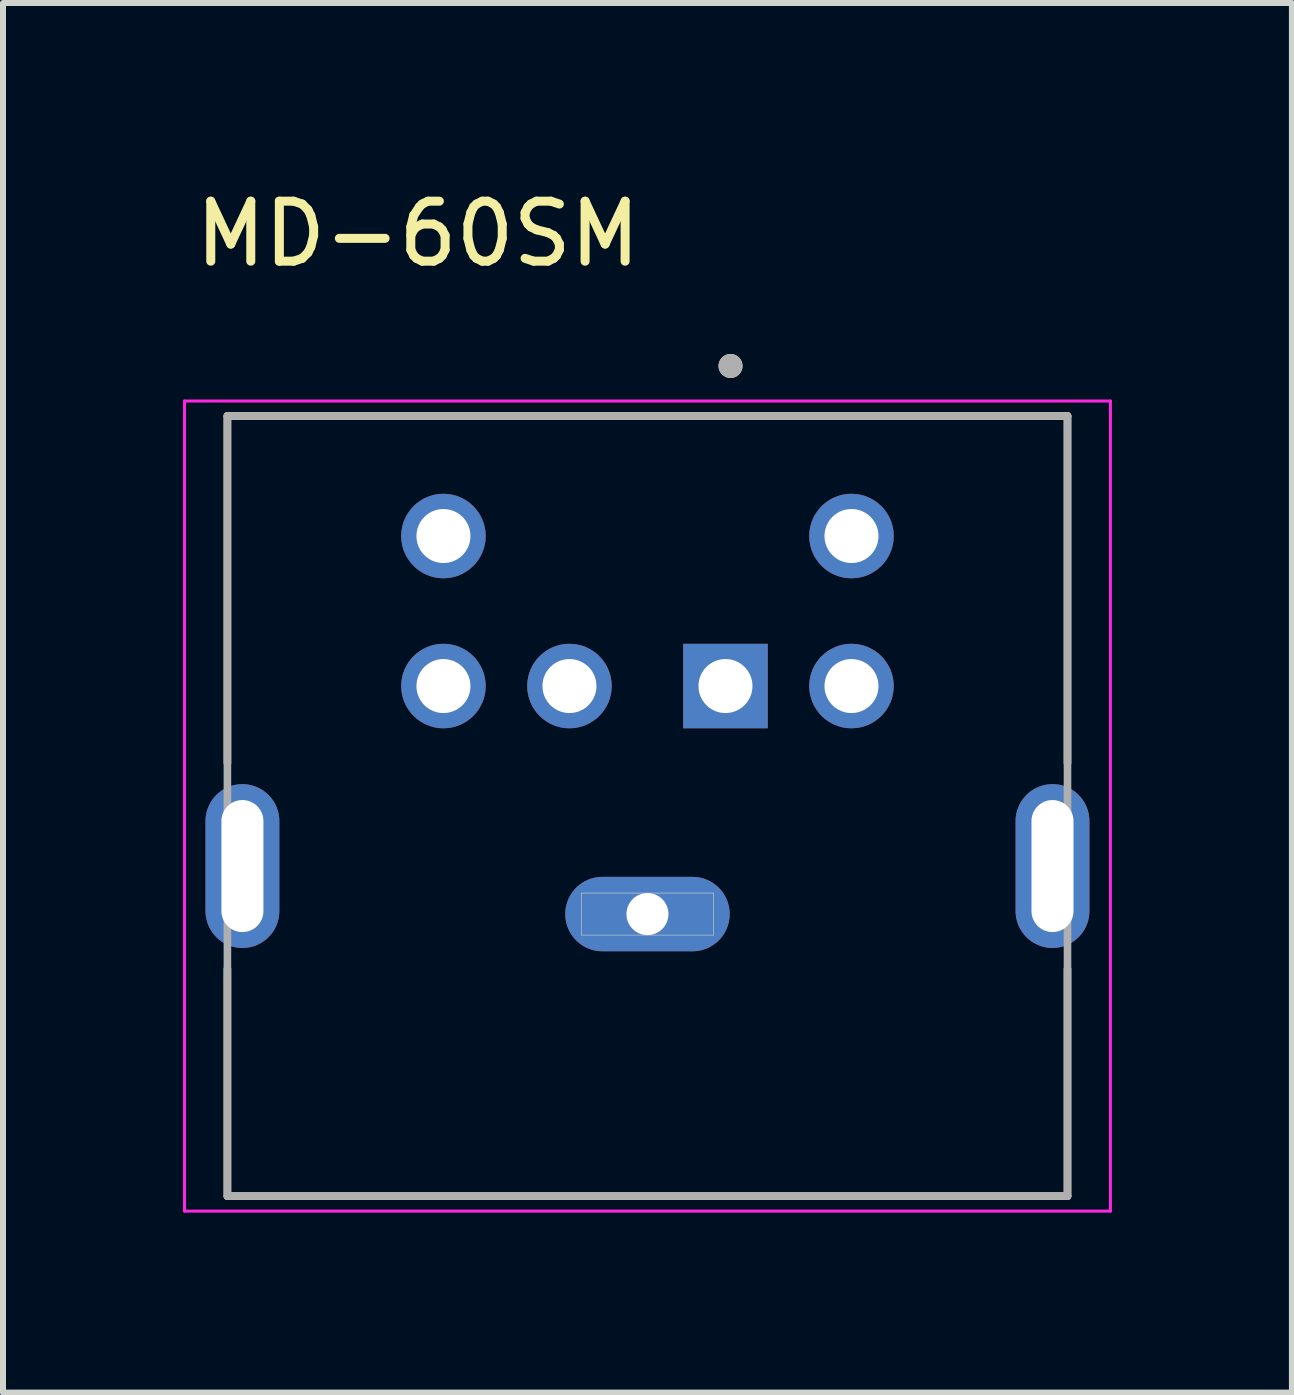
<source format=kicad_pcb>
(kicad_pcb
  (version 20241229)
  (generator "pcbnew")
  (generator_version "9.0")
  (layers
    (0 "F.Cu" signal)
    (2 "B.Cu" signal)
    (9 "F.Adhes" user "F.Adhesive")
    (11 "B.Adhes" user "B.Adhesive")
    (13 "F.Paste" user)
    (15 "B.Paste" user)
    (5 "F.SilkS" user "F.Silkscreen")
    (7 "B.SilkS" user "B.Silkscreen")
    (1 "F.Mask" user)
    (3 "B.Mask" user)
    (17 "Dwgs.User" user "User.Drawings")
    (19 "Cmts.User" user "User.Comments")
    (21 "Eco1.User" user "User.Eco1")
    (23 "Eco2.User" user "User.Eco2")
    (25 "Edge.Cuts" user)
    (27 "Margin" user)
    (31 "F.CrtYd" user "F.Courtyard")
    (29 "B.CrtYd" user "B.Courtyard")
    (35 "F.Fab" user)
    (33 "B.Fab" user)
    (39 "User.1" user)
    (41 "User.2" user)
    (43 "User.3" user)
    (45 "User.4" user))
  (footprint "MD-60SM"
    (layer "F.Cu")
    (at 7.74 12.183)
    (property "Reference" "MD-60SM" (at -3.825 -11.335 0) (layer "F.SilkS") (effects (font (size 1 1) (thickness 0.15))))
    (attr through_hole)
    (fp_poly (pts (xy 0 0.715) (xy -0.75 0.715) (xy -0.787 0.714) (xy -0.825 0.711) (xy -0.862 0.706) (xy -0.899 0.699) (xy -0.935 0.691) (xy -0.971 0.68) (xy -1.006 0.668) (xy -1.041 0.653) (xy -1.075 0.637) (xy -1.107 0.619) (xy -1.139 0.6) (xy -1.17 0.578) (xy -1.2 0.556) (xy -1.228 0.531) (xy -1.256 0.506) (xy -1.281 0.478) (xy -1.306 0.45) (xy -1.328 0.42) (xy -1.35 0.389) (xy -1.369 0.357) (xy -1.387 0.325) (xy -1.403 0.291) (xy -1.418 0.256) (xy -1.43 0.221) (xy -1.441 0.185) (xy -1.449 0.149) (xy -1.456 0.112) (xy -1.461 0.075) (xy -1.464 0.037) (xy -1.465 0) (xy -1.464 -0.037) (xy -1.461 -0.075) (xy -1.456 -0.112) (xy -1.449 -0.149) (xy -1.441 -0.185) (xy -1.43 -0.221) (xy -1.418 -0.256) (xy -1.403 -0.291) (xy -1.387 -0.325) (xy -1.369 -0.357) (xy -1.35 -0.389) (xy -1.328 -0.42) (xy -1.306 -0.45) (xy -1.281 -0.478) (xy -1.256 -0.506) (xy -1.228 -0.531) (xy -1.2 -0.556) (xy -1.17 -0.578) (xy -1.139 -0.6) (xy -1.107 -0.619) (xy -1.075 -0.637) (xy -1.041 -0.653) (xy -1.006 -0.668) (xy -0.971 -0.68) (xy -0.935 -0.691) (xy -0.899 -0.699) (xy -0.862 -0.706) (xy -0.825 -0.711) (xy -0.787 -0.714) (xy -0.75 -0.715) (xy 0 -0.715) (xy 0.75 -0.715) (xy 0.787 -0.714) (xy 0.825 -0.711) (xy 0.862 -0.706) (xy 0.899 -0.699) (xy 0.935 -0.691) (xy 0.971 -0.68) (xy 1.006 -0.668) (xy 1.041 -0.653) (xy 1.075 -0.637) (xy 1.107 -0.619) (xy 1.139 -0.6) (xy 1.17 -0.578) (xy 1.2 -0.556) (xy 1.228 -0.531) (xy 1.256 -0.506) (xy 1.281 -0.478) (xy 1.306 -0.45) (xy 1.328 -0.42) (xy 1.35 -0.389) (xy 1.369 -0.357) (xy 1.387 -0.325) (xy 1.403 -0.291) (xy 1.418 -0.256) (xy 1.43 -0.221) (xy 1.441 -0.185) (xy 1.449 -0.149) (xy 1.456 -0.112) (xy 1.461 -0.075) (xy 1.464 -0.037) (xy 1.465 0) (xy 1.464 0.037) (xy 1.461 0.075) (xy 1.456 0.112) (xy 1.449 0.149) (xy 1.441 0.185) (xy 1.43 0.221) (xy 1.418 0.256) (xy 1.403 0.291) (xy 1.387 0.325) (xy 1.369 0.357) (xy 1.35 0.389) (xy 1.328 0.42) (xy 1.306 0.45) (xy 1.281 0.478) (xy 1.256 0.506) (xy 1.228 0.531) (xy 1.2 0.556) (xy 1.17 0.578) (xy 1.139 0.6) (xy 1.107 0.619) (xy 1.075 0.637) (xy 1.041 0.653) (xy 1.006 0.668) (xy 0.971 0.68) (xy 0.935 0.691) (xy 0.899 0.699) (xy 0.862 0.706) (xy 0.825 0.711) (xy 0.787 0.714) (xy 0.75 0.715) (xy 0 0.715)) (stroke (width 0.01) (type solid)) (fill yes) (layer "F.Mask"))
    (fp_poly (pts (xy 0 0.715) (xy -0.75 0.715) (xy -0.787 0.714) (xy -0.825 0.711) (xy -0.862 0.706) (xy -0.899 0.699) (xy -0.935 0.691) (xy -0.971 0.68) (xy -1.006 0.668) (xy -1.041 0.653) (xy -1.075 0.637) (xy -1.107 0.619) (xy -1.139 0.6) (xy -1.17 0.578) (xy -1.2 0.556) (xy -1.228 0.531) (xy -1.256 0.506) (xy -1.281 0.478) (xy -1.306 0.45) (xy -1.328 0.42) (xy -1.35 0.389) (xy -1.369 0.357) (xy -1.387 0.325) (xy -1.403 0.291) (xy -1.418 0.256) (xy -1.43 0.221) (xy -1.441 0.185) (xy -1.449 0.149) (xy -1.456 0.112) (xy -1.461 0.075) (xy -1.464 0.037) (xy -1.465 0) (xy -1.464 -0.037) (xy -1.461 -0.075) (xy -1.456 -0.112) (xy -1.449 -0.149) (xy -1.441 -0.185) (xy -1.43 -0.221) (xy -1.418 -0.256) (xy -1.403 -0.291) (xy -1.387 -0.325) (xy -1.369 -0.357) (xy -1.35 -0.389) (xy -1.328 -0.42) (xy -1.306 -0.45) (xy -1.281 -0.478) (xy -1.256 -0.506) (xy -1.228 -0.531) (xy -1.2 -0.556) (xy -1.17 -0.578) (xy -1.139 -0.6) (xy -1.107 -0.619) (xy -1.075 -0.637) (xy -1.041 -0.653) (xy -1.006 -0.668) (xy -0.971 -0.68) (xy -0.935 -0.691) (xy -0.899 -0.699) (xy -0.862 -0.706) (xy -0.825 -0.711) (xy -0.787 -0.714) (xy -0.75 -0.715) (xy 0 -0.715) (xy 0.75 -0.715) (xy 0.787 -0.714) (xy 0.825 -0.711) (xy 0.862 -0.706) (xy 0.899 -0.699) (xy 0.935 -0.691) (xy 0.971 -0.68) (xy 1.006 -0.668) (xy 1.041 -0.653) (xy 1.075 -0.637) (xy 1.107 -0.619) (xy 1.139 -0.6) (xy 1.17 -0.578) (xy 1.2 -0.556) (xy 1.228 -0.531) (xy 1.256 -0.506) (xy 1.281 -0.478) (xy 1.306 -0.45) (xy 1.328 -0.42) (xy 1.35 -0.389) (xy 1.369 -0.357) (xy 1.387 -0.325) (xy 1.403 -0.291) (xy 1.418 -0.256) (xy 1.43 -0.221) (xy 1.441 -0.185) (xy 1.449 -0.149) (xy 1.456 -0.112) (xy 1.461 -0.075) (xy 1.464 -0.037) (xy 1.465 0) (xy 1.464 0.037) (xy 1.461 0.075) (xy 1.456 0.112) (xy 1.449 0.149) (xy 1.441 0.185) (xy 1.43 0.221) (xy 1.418 0.256) (xy 1.403 0.291) (xy 1.387 0.325) (xy 1.369 0.357) (xy 1.35 0.389) (xy 1.328 0.42) (xy 1.306 0.45) (xy 1.281 0.478) (xy 1.256 0.506) (xy 1.228 0.531) (xy 1.2 0.556) (xy 1.17 0.578) (xy 1.139 0.6) (xy 1.107 0.619) (xy 1.075 0.637) (xy 1.041 0.653) (xy 1.006 0.668) (xy 0.971 0.68) (xy 0.935 0.691) (xy 0.899 0.699) (xy 0.862 0.706) (xy 0.825 0.711) (xy 0.787 0.714) (xy 0.75 0.715) (xy 0 0.715)) (stroke (width 0.01) (type solid)) (fill yes) (layer "B.Mask"))
    (fp_line (start -7 -8.3) (end 7 -8.3) (stroke (width 0.127) (type solid)) (layer "F.SilkS"))
    (fp_line (start -7 -2.515) (end -7 -8.3) (stroke (width 0.127) (type solid)) (layer "F.SilkS"))
    (fp_line (start -7 4.7) (end -7 0.915) (stroke (width 0.127) (type solid)) (layer "F.SilkS"))
    (fp_line (start 7 -8.3) (end 7 -2.515) (stroke (width 0.127) (type solid)) (layer "F.SilkS"))
    (fp_line (start 7 4.7) (end -7 4.7) (stroke (width 0.127) (type solid)) (layer "F.SilkS"))
    (fp_line (start 7 4.7) (end 7 0.915) (stroke (width 0.127) (type solid)) (layer "F.SilkS"))
    (fp_circle (center 1.384 -9.134) (end 1.484 -9.134) (stroke (width 0.2) (type solid)) (fill no) (layer "F.SilkS"))
    (fp_line (start -1.1 -0.35) (end 1.1 -0.35) (stroke (width 0.01) (type solid)) (layer "Edge.Cuts"))
    (fp_line (start -1.1 0.35) (end -1.1 -0.35) (stroke (width 0.01) (type solid)) (layer "Edge.Cuts"))
    (fp_line (start 1.1 -0.35) (end 1.1 0.35) (stroke (width 0.01) (type solid)) (layer "Edge.Cuts"))
    (fp_line (start 1.1 0.35) (end -1.1 0.35) (stroke (width 0.01) (type solid)) (layer "Edge.Cuts"))
    (fp_line (start -7.715 -8.55) (end -7.715 4.95) (stroke (width 0.05) (type solid)) (layer "F.CrtYd"))
    (fp_line (start -7.715 4.95) (end 7.715 4.95) (stroke (width 0.05) (type solid)) (layer "F.CrtYd"))
    (fp_line (start 7.715 -8.55) (end -7.715 -8.55) (stroke (width 0.05) (type solid)) (layer "F.CrtYd"))
    (fp_line (start 7.715 4.95) (end 7.715 -8.55) (stroke (width 0.05) (type solid)) (layer "F.CrtYd"))
    (fp_line (start -7 -8.3) (end 7 -8.3) (stroke (width 0.127) (type solid)) (layer "F.Fab"))
    (fp_line (start -7 4.7) (end -7 -8.3) (stroke (width 0.127) (type solid)) (layer "F.Fab"))
    (fp_line (start 7 -8.3) (end 7 4.7) (stroke (width 0.127) (type solid)) (layer "F.Fab"))
    (fp_line (start 7 4.7) (end -7 4.7) (stroke (width 0.127) (type solid)) (layer "F.Fab"))
    (fp_circle (center 1.384 -9.134) (end 1.484 -9.134) (stroke (width 0.2) (type solid)) (fill no) (layer "F.Fab"))
    (pad "1" thru_hole rect (at 1.3 -3.8) (size 1.408 1.408) (drill 0.9) (layers "*.Cu" "*.Mask"))
    (pad "2" thru_hole circle (at -1.3 -3.8) (size 1.408 1.408) (drill 0.9) (layers "*.Cu" "*.Mask"))
    (pad "3" thru_hole circle (at 3.4 -3.8) (size 1.408 1.408) (drill 0.9) (layers "*.Cu" "*.Mask"))
    (pad "4" thru_hole circle (at -3.4 -3.8) (size 1.408 1.408) (drill 0.9) (layers "*.Cu" "*.Mask"))
    (pad "5" thru_hole circle (at 3.4 -6.3) (size 1.408 1.408) (drill 0.9) (layers "*.Cu" "*.Mask"))
    (pad "6" thru_hole circle (at -3.4 -6.3) (size 1.408 1.408) (drill 0.9) (layers "*.Cu" "*.Mask"))
    (pad "S1" thru_hole custom (at 0 0) (size 1.23 1.23) (drill 0.7) (layers "*.Cu") (options (anchor circle)) (primitives (gr_poly (pts (xy 0 0.615) (xy -0.75 0.615) (xy -0.782 0.614) (xy -0.814 0.612) (xy -0.846 0.607) (xy -0.878 0.602) (xy -0.909 0.594) (xy -0.94 0.585) (xy -0.97 0.574) (xy -1 0.562) (xy -1.029 0.548) (xy -1.058 0.533) (xy -1.085 0.516) (xy -1.111 0.498) (xy -1.137 0.478) (xy -1.162 0.457) (xy -1.185 0.435) (xy -1.207 0.412) (xy -1.228 0.387) (xy -1.248 0.361) (xy -1.266 0.335) (xy -1.283 0.308) (xy -1.298 0.279) (xy -1.312 0.25) (xy -1.324 0.22) (xy -1.335 0.19) (xy -1.344 0.159) (xy -1.352 0.128) (xy -1.357 0.096) (xy -1.362 0.064) (xy -1.364 0.032) (xy -1.365 0) (xy -1.364 -0.032) (xy -1.362 -0.064) (xy -1.357 -0.096) (xy -1.352 -0.128) (xy -1.344 -0.159) (xy -1.335 -0.19) (xy -1.324 -0.22) (xy -1.312 -0.25) (xy -1.298 -0.279) (xy -1.283 -0.307) (xy -1.266 -0.335) (xy -1.248 -0.361) (xy -1.228 -0.387) (xy -1.207 -0.412) (xy -1.185 -0.435) (xy -1.162 -0.457) (xy -1.137 -0.478) (xy -1.111 -0.498) (xy -1.085 -0.516) (xy -1.058 -0.533) (xy -1.029 -0.548) (xy -1 -0.562) (xy -0.97 -0.574) (xy -0.94 -0.585) (xy -0.909 -0.594) (xy -0.878 -0.602) (xy -0.846 -0.607) (xy -0.814 -0.612) (xy -0.782 -0.614) (xy -0.75 -0.615) (xy 0 -0.615) (xy 0.75 -0.615) (xy 0.782 -0.614) (xy 0.814 -0.612) (xy 0.846 -0.607) (xy 0.878 -0.602) (xy 0.909 -0.594) (xy 0.94 -0.585) (xy 0.97 -0.574) (xy 1 -0.562) (xy 1.029 -0.548) (xy 1.058 -0.533) (xy 1.085 -0.516) (xy 1.111 -0.498) (xy 1.137 -0.478) (xy 1.162 -0.457) (xy 1.185 -0.435) (xy 1.207 -0.412) (xy 1.228 -0.387) (xy 1.248 -0.361) (xy 1.266 -0.335) (xy 1.283 -0.307) (xy 1.298 -0.279) (xy 1.312 -0.25) (xy 1.324 -0.22) (xy 1.335 -0.19) (xy 1.344 -0.159) (xy 1.352 -0.128) (xy 1.357 -0.096) (xy 1.362 -0.064) (xy 1.364 -0.032) (xy 1.365 0) (xy 1.364 0.032) (xy 1.362 0.064) (xy 1.357 0.096) (xy 1.352 0.128) (xy 1.344 0.159) (xy 1.335 0.19) (xy 1.324 0.22) (xy 1.312 0.25) (xy 1.298 0.279) (xy 1.283 0.307) (xy 1.266 0.335) (xy 1.248 0.361) (xy 1.228 0.387) (xy 1.207 0.412) (xy 1.185 0.435) (xy 1.162 0.457) (xy 1.137 0.478) (xy 1.111 0.498) (xy 1.085 0.516) (xy 1.058 0.533) (xy 1.029 0.548) (xy 1 0.562) (xy 0.97 0.574) (xy 0.94 0.585) (xy 0.909 0.594) (xy 0.878 0.602) (xy 0.846 0.607) (xy 0.814 0.612) (xy 0.782 0.614) (xy 0.75 0.615) (xy 0 0.615)) (width 0.01) (fill yes))))
    (pad "S2" thru_hole oval (at -6.75 -0.8) (size 1.23 2.73) (drill oval 0.7 2.2) (layers "*.Cu" "*.Mask"))
    (pad "S3" thru_hole oval (at 6.75 -0.8) (size 1.23 2.73) (drill oval 0.7 2.2) (layers "*.Cu" "*.Mask")))
  (gr_rect
    (start -3 -3)
    (end 18.48 20.158)
    (stroke (width 0.1) (type default))
    (fill no)
    (layer "Edge.Cuts")))
</source>
